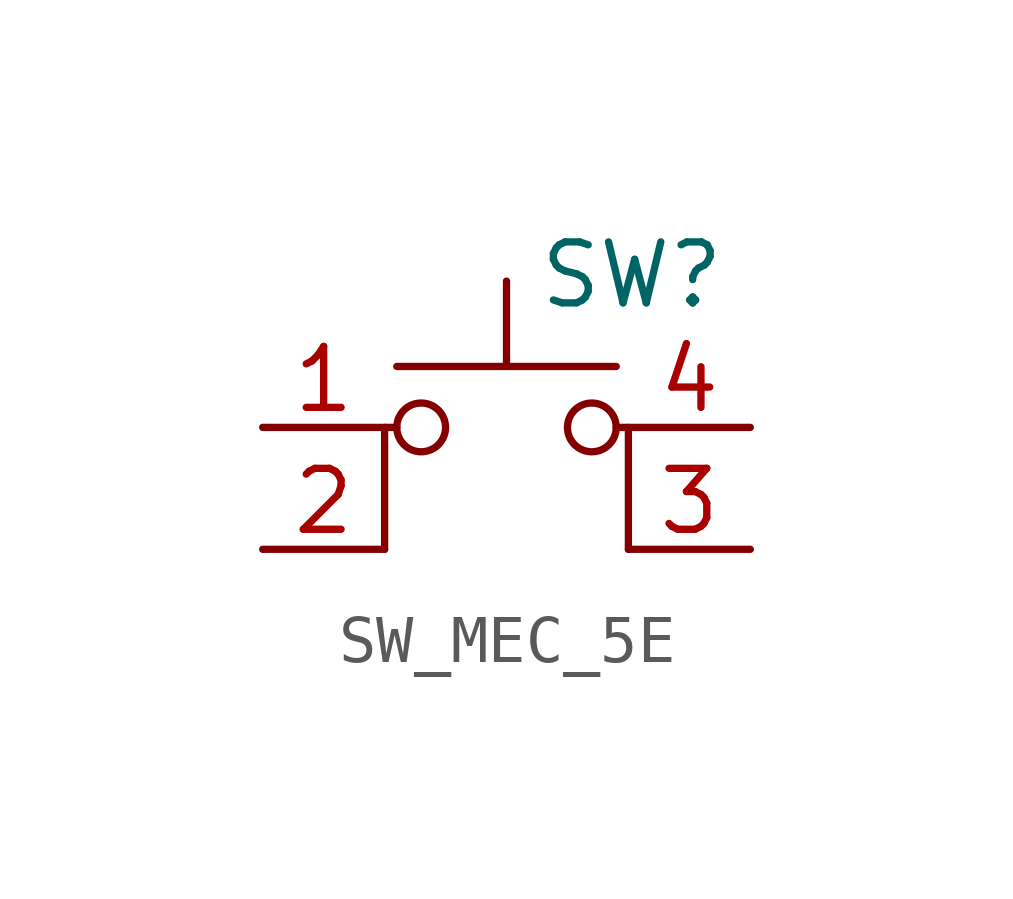
<source format=kicad_sym>
(kicad_symbol_lib
  (version 20241209)
  (generator "kicad_symbol_editor")
  (generator_version "9.0")
  (symbol "SW_MEC_5E"
    (pin_names
      (offset 1.016)
      (hide yes))
    (property "Reference" "SW"
      (at 0.635 5.715 0)
      (effects (font (size 1.27 1.27)) (justify left)))
    (symbol "SW_MEC_5E_0_1"
      (polyline (pts (xy -2.54 0) (xy -2.54 2.54) (xy -2.286 2.54)) (stroke (width 0) (type default)) (fill (type none)))
      (polyline (pts (xy -2.286 3.81) (xy 2.286 3.81)) (stroke (width 0) (type default)) (fill (type none)))
      (circle (center -1.778 2.54) (radius 0.508) (stroke (width 0) (type default)) (fill (type none)))
      (polyline (pts (xy 0 3.81) (xy 0 5.588)) (stroke (width 0) (type default)) (fill (type none)))
      (circle (center 1.778 2.54) (radius 0.508) (stroke (width 0) (type default)) (fill (type none)))
      (polyline (pts (xy 2.54 0) (xy 2.54 2.54) (xy 2.286 2.54)) (stroke (width 0) (type default)) (fill (type none)))
      (pin passive line (at -5.08 2.54 0) (length 2.54) (name "1" (effects (font (size 1.27 1.27)))) (number "1" (effects (font (size 1.27 1.27)))))
      (pin passive line (at -5.08 0 0) (length 2.54) (name "2" (effects (font (size 1.27 1.27)))) (number "2" (effects (font (size 1.27 1.27)))))
      (pin passive line (at 5.08 2.54 180) (length 2.54) (name "A" (effects (font (size 1.27 1.27)))) (number "4" (effects (font (size 1.27 1.27)))))
      (pin passive line (at 5.08 0 180) (length 2.54) (name "K" (effects (font (size 1.27 1.27)))) (number "3" (effects (font (size 1.27 1.27))))))))
</source>
